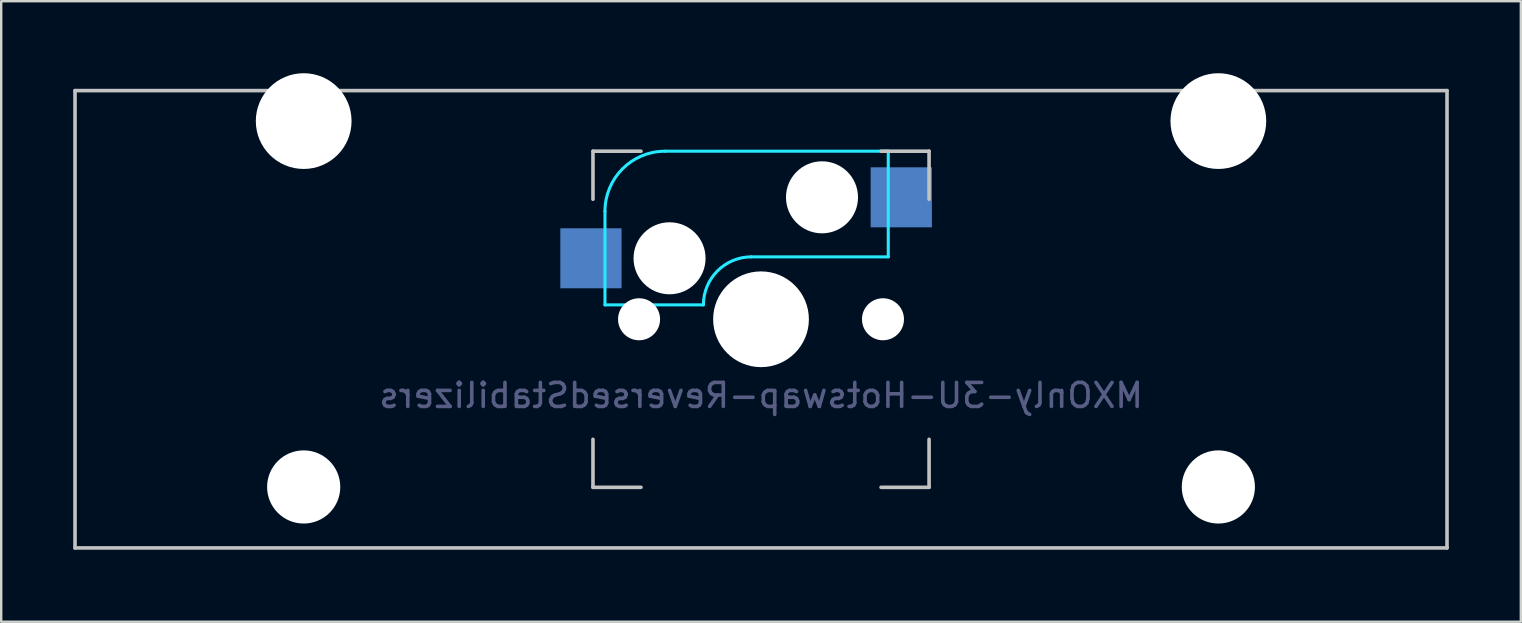
<source format=kicad_pcb>
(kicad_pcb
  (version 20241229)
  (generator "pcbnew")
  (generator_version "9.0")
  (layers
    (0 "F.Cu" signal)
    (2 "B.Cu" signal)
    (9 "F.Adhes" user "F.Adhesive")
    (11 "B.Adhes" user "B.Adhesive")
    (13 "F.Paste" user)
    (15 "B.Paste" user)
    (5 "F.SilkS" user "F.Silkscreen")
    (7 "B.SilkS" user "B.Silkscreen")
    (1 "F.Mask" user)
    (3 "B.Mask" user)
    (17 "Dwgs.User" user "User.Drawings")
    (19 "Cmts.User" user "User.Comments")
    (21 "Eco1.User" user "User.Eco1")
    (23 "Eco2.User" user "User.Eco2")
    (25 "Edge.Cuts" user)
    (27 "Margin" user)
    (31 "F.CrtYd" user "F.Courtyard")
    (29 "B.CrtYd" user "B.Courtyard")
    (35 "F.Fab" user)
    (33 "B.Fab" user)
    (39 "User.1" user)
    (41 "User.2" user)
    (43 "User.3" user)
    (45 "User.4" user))
  (footprint "MXOnly-3U-Hotswap-ReversedStabilizers"
    (layer "F.Cu")
    (at 28.65 10.249)
    (property "Reference" "MXOnly-3U-Hotswap-ReversedStabilizers" (at 0 3.175 0) (layer "B.Fab") (effects (font (size 1 1) (thickness 0.15)) (justify mirror)))
    (attr through_hole)
    (fp_line (start -28.575 -9.525) (end 28.575 -9.525) (stroke (width 0.15) (type solid)) (layer "Dwgs.User"))
    (fp_line (start -28.575 9.525) (end -28.575 -9.525) (stroke (width 0.15) (type solid)) (layer "Dwgs.User"))
    (fp_line (start -28.575 9.525) (end 28.575 9.525) (stroke (width 0.15) (type solid)) (layer "Dwgs.User"))
    (fp_line (start -7 -7) (end -7 -5) (stroke (width 0.15) (type solid)) (layer "Dwgs.User"))
    (fp_line (start -7 5) (end -7 7) (stroke (width 0.15) (type solid)) (layer "Dwgs.User"))
    (fp_line (start -7 7) (end -5 7) (stroke (width 0.15) (type solid)) (layer "Dwgs.User"))
    (fp_line (start -5 -7) (end -7 -7) (stroke (width 0.15) (type solid)) (layer "Dwgs.User"))
    (fp_line (start 5 -7) (end 7 -7) (stroke (width 0.15) (type solid)) (layer "Dwgs.User"))
    (fp_line (start 5 7) (end 7 7) (stroke (width 0.15) (type solid)) (layer "Dwgs.User"))
    (fp_line (start 7 -7) (end 7 -5) (stroke (width 0.15) (type solid)) (layer "Dwgs.User"))
    (fp_line (start 7 7) (end 7 5) (stroke (width 0.15) (type solid)) (layer "Dwgs.User"))
    (fp_line (start 28.575 -9.525) (end 28.575 9.525) (stroke (width 0.15) (type solid)) (layer "Dwgs.User"))
    (fp_line (start -6.5 -4.5) (end -6.5 -0.6) (stroke (width 0.127) (type solid)) (layer "B.CrtYd"))
    (fp_line (start -6.5 -0.6) (end -2.4 -0.6) (stroke (width 0.127) (type solid)) (layer "B.CrtYd"))
    (fp_line (start -0.4 -2.6) (end 5.3 -2.6) (stroke (width 0.127) (type solid)) (layer "B.CrtYd"))
    (fp_line (start 5.3 -7) (end -4 -7) (stroke (width 0.127) (type solid)) (layer "B.CrtYd"))
    (fp_line (start 5.3 -7) (end 5.3 -2.6) (stroke (width 0.127) (type solid)) (layer "B.CrtYd"))
    (fp_arc (start -6.5 -4.5) (mid -5.767767 -6.267767) (end -4 -7) (stroke (width 0.127) (type solid)) (layer "B.CrtYd"))
    (fp_arc (start -2.4 -0.6) (mid -1.814214 -2.014214) (end -0.4 -2.6) (stroke (width 0.127) (type solid)) (layer "B.CrtYd"))
    (pad "" np_thru_hole circle (at -19.05 -8.255) (size 3.988 3.988) (drill 3.988) (layers "*.Cu" "*.Mask"))
    (pad "" np_thru_hole circle (at -19.05 6.985) (size 3.048 3.048) (drill 3.048) (layers "*.Cu" "*.Mask"))
    (pad "" np_thru_hole circle (at -5.08 0 48.1) (size 1.75 1.75) (drill 1.75) (layers "*.Cu" "*.Mask"))
    (pad "" np_thru_hole circle (at -3.81 -2.54) (size 3 3) (drill 3) (layers "*.Cu" "*.Mask"))
    (pad "" np_thru_hole circle (at 0 0) (size 3.988 3.988) (drill 3.988) (layers "*.Cu" "*.Mask"))
    (pad "" np_thru_hole circle (at 2.54 -5.08) (size 3 3) (drill 3) (layers "*.Cu" "*.Mask"))
    (pad "" np_thru_hole circle (at 5.08 0 48.1) (size 1.75 1.75) (drill 1.75) (layers "*.Cu" "*.Mask"))
    (pad "" np_thru_hole circle (at 19.05 -8.255) (size 3.988 3.988) (drill 3.988) (layers "*.Cu" "*.Mask"))
    (pad "" np_thru_hole circle (at 19.05 6.985) (size 3.048 3.048) (drill 3.048) (layers "*.Cu" "*.Mask"))
    (pad "1" smd rect (at -7.085 -2.54) (size 2.55 2.5) (layers "B.Cu" "B.Mask" "B.Paste"))
    (pad "2" smd rect (at 5.842 -5.08) (size 2.55 2.5) (layers "B.Cu" "B.Mask" "B.Paste")))
  (gr_rect
    (start -3 -3)
    (end 60.3 22.849)
    (stroke (width 0.1) (type default))
    (fill no)
    (layer "Edge.Cuts")))
</source>
